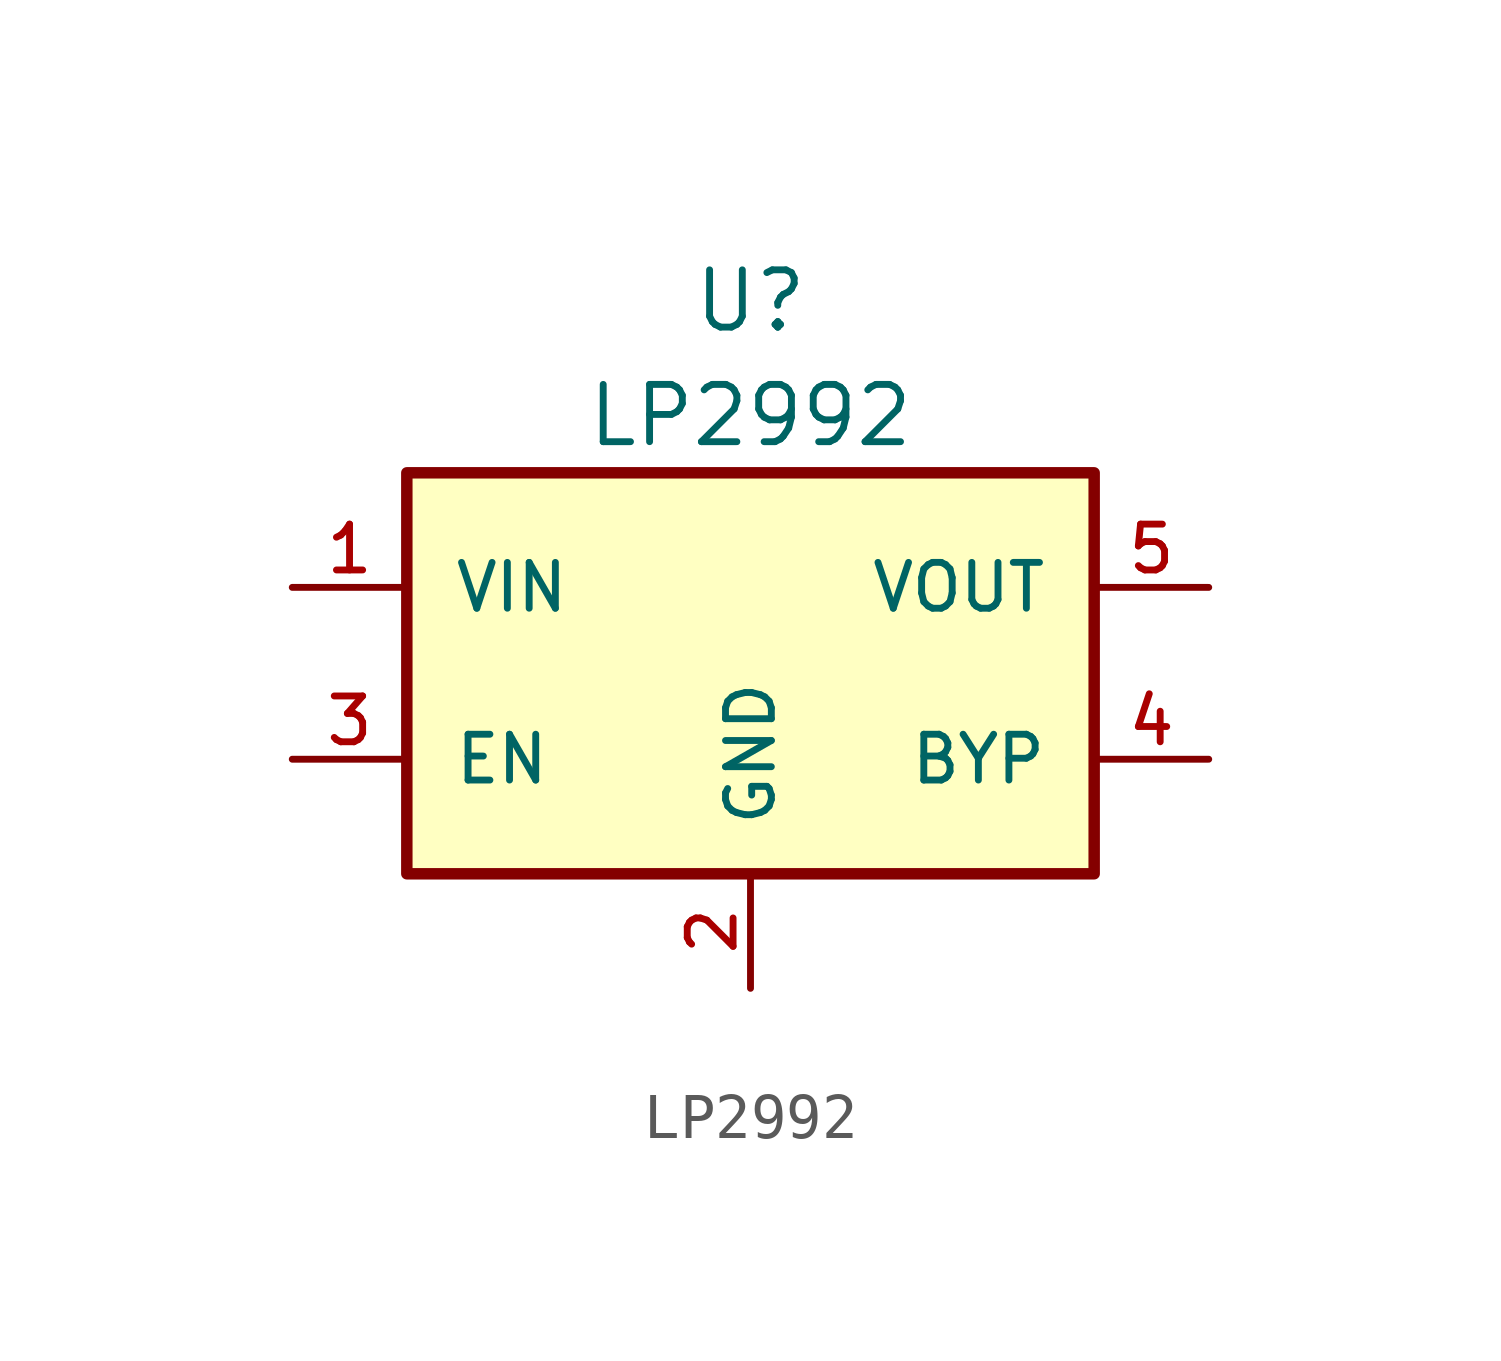
<source format=kicad_sym>
(kicad_symbol_lib
  (version 20211014)
  (generator kicad_symbol_editor)
  (symbol "LP2992"
    (pin_names
      (offset 1.016))
    (property "Reference" "U"
      (at 0 7.62 0)
      (effects (font (size 1.27 1.27))))
    (property "Value" "LP2992"
      (at 0 5.08 0)
      (effects (font (size 1.27 1.27))))
    (property "Datasheet" ""
      (at 0 0 0)
      (effects (font (size 1.27 1.27))))
    (symbol "LP2992_0_1"
      (rectangle (start -7.62 3.81) (end 7.62 -5.08) (stroke (width 0.254) (type default) (color 0 0 0 0)) (fill (type background))))
    (symbol "LP2992_1_1"
      (pin power_in line (at -10.16 1.27 0) (length 2.54) (name "VIN" (effects (font (size 1.016 1.016)))) (number "1" (effects (font (size 1.016 1.016)))))
      (pin power_in line (at 0 -7.62 90) (length 2.54) (name "GND" (effects (font (size 1.016 1.016)))) (number "2" (effects (font (size 1.016 1.016)))))
      (pin input line (at -10.16 -2.54 0) (length 2.54) (name "EN" (effects (font (size 1.016 1.016)))) (number "3" (effects (font (size 1.016 1.016)))))
      (pin passive line (at 10.16 -2.54 180) (length 2.54) (name "BYP" (effects (font (size 1.016 1.016)))) (number "4" (effects (font (size 1.016 1.016)))))
      (pin power_out line (at 10.16 1.27 180) (length 2.54) (name "VOUT" (effects (font (size 1.016 1.016)))) (number "5" (effects (font (size 1.016 1.016))))))))
</source>
